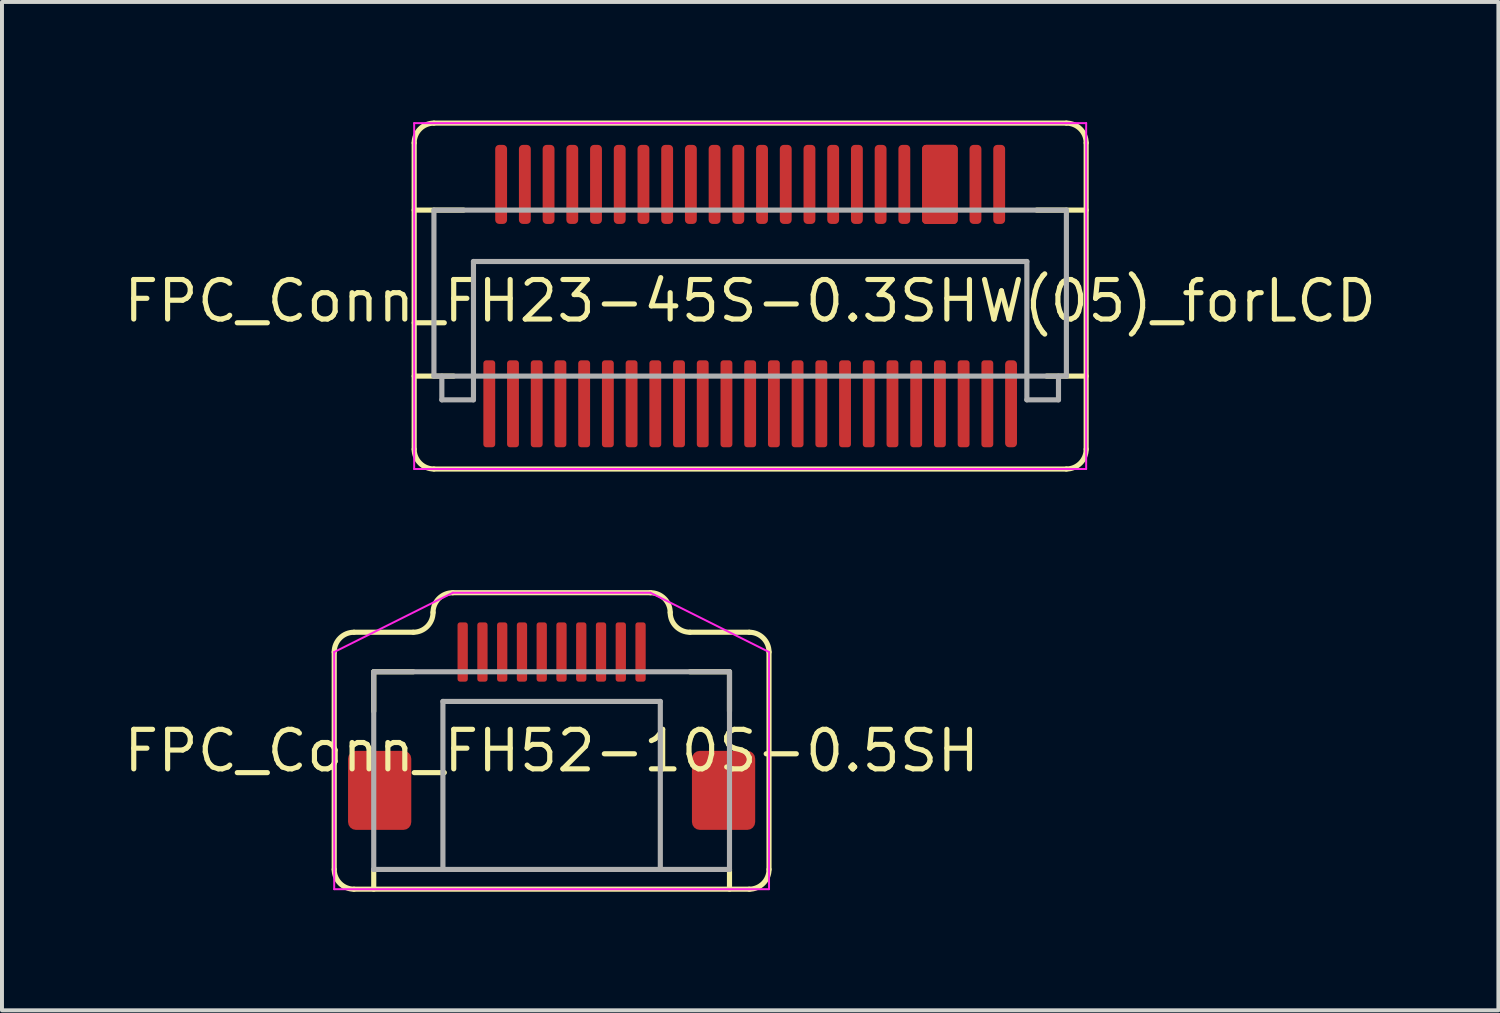
<source format=kicad_pcb>
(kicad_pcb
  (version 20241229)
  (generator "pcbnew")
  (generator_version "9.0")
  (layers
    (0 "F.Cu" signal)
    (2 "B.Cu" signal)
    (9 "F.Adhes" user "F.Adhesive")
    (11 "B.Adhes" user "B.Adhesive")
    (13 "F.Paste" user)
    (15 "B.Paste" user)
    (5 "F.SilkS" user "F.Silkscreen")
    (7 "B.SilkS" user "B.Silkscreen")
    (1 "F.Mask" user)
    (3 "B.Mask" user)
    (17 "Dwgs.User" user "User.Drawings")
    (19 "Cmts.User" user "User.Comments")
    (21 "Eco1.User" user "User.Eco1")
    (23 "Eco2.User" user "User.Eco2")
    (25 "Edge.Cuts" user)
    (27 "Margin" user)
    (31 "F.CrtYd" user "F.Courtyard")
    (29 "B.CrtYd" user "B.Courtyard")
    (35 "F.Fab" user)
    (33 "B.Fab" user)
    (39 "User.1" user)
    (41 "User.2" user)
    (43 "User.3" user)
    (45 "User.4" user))
  (footprint "FPC_Conn_FH52-10S-0.5SH"
    (layer "F.Cu")
    (at 10.905 15.945)
    (property "Reference" "FPC_Conn_FH52-10S-0.5SH" (at 0 0 0) (layer "F.SilkS") (effects (font (size 1 1) (thickness 0.13))))
    (attr smd)
    (fp_line (start -5.5 3) (end -5.5 -2.5) (stroke (width 0.13) (type solid)) (layer "F.SilkS"))
    (fp_line (start -5 -3) (end -3.5 -3) (stroke (width 0.13) (type solid)) (layer "F.SilkS"))
    (fp_line (start -4.5 -2) (end -3.5 -2) (stroke (width 0.13) (type solid)) (layer "F.SilkS"))
    (fp_line (start -4.5 -1) (end -4.5 -2) (stroke (width 0.13) (type solid)) (layer "F.SilkS"))
    (fp_line (start -4.5 3.5) (end -4.5 3) (stroke (width 0.13) (type solid)) (layer "F.SilkS"))
    (fp_line (start -2.5 -4) (end 2.5 -4) (stroke (width 0.13) (type solid)) (layer "F.SilkS"))
    (fp_line (start 3.5 -3) (end 5 -3) (stroke (width 0.13) (type solid)) (layer "F.SilkS"))
    (fp_line (start 3.5 -2) (end 4.5 -2) (stroke (width 0.13) (type solid)) (layer "F.SilkS"))
    (fp_line (start 4.5 -2) (end 4.5 -1) (stroke (width 0.13) (type solid)) (layer "F.SilkS"))
    (fp_line (start 4.5 3) (end 4.5 3.5) (stroke (width 0.13) (type solid)) (layer "F.SilkS"))
    (fp_line (start 5 3.5) (end -5 3.5) (stroke (width 0.13) (type solid)) (layer "F.SilkS"))
    (fp_line (start 5.5 -2.5) (end 5.5 3) (stroke (width 0.13) (type solid)) (layer "F.SilkS"))
    (fp_arc (start -5.5 -2.5) (mid -5.353553 -2.853553) (end -5 -3) (stroke (width 0.13) (type solid)) (layer "F.SilkS"))
    (fp_arc (start -5 3.5) (mid -5.353553 3.353553) (end -5.5 3) (stroke (width 0.13) (type solid)) (layer "F.SilkS"))
    (fp_arc (start -3 -3.5) (mid -3.146447 -3.146447) (end -3.5 -3) (stroke (width 0.13) (type solid)) (layer "F.SilkS"))
    (fp_arc (start -3 -3.5) (mid -2.853553 -3.853553) (end -2.5 -4) (stroke (width 0.13) (type solid)) (layer "F.SilkS"))
    (fp_arc (start 2.5 -4) (mid 2.853553 -3.853553) (end 3 -3.5) (stroke (width 0.13) (type solid)) (layer "F.SilkS"))
    (fp_arc (start 3.5 -3) (mid 3.146447 -3.146447) (end 3 -3.5) (stroke (width 0.13) (type solid)) (layer "F.SilkS"))
    (fp_arc (start 5 -3) (mid 5.353553 -2.853553) (end 5.5 -2.5) (stroke (width 0.13) (type solid)) (layer "F.SilkS"))
    (fp_arc (start 5.5 3) (mid 5.353553 3.353553) (end 5 3.5) (stroke (width 0.13) (type solid)) (layer "F.SilkS"))
    (fp_line (start -5.5 3.5) (end -5.5 -2.5) (stroke (width 0.05) (type solid)) (layer "F.CrtYd"))
    (fp_line (start -2.5 -4) (end -5.5 -2.5) (stroke (width 0.05) (type solid)) (layer "F.CrtYd"))
    (fp_line (start 2.5 -4) (end -2.5 -4) (stroke (width 0.05) (type solid)) (layer "F.CrtYd"))
    (fp_line (start 5.5 -2.5) (end 2.5 -4) (stroke (width 0.05) (type solid)) (layer "F.CrtYd"))
    (fp_line (start 5.5 -2.5) (end 5.5 3.5) (stroke (width 0.05) (type solid)) (layer "F.CrtYd"))
    (fp_line (start 5.5 3.5) (end -5.5 3.5) (stroke (width 0.05) (type solid)) (layer "F.CrtYd"))
    (fp_line (start -4.5 -2) (end -4.5 3) (stroke (width 0.13) (type solid)) (layer "F.Fab"))
    (fp_line (start -4.5 -2) (end 4.5 -2) (stroke (width 0.13) (type solid)) (layer "F.Fab"))
    (fp_line (start -4.5 3) (end 4.5 3) (stroke (width 0.13) (type solid)) (layer "F.Fab"))
    (fp_line (start -2.75 -1.25) (end -2.75 3) (stroke (width 0.13) (type solid)) (layer "F.Fab"))
    (fp_line (start 2.75 -1.25) (end -2.75 -1.25) (stroke (width 0.13) (type solid)) (layer "F.Fab"))
    (fp_line (start 2.75 -1.25) (end 2.75 3) (stroke (width 0.13) (type solid)) (layer "F.Fab"))
    (fp_line (start 4.5 3) (end 4.5 -2) (stroke (width 0.13) (type solid)) (layer "F.Fab"))
    (pad "1" smd roundrect (at 2.25 -2.5) (size 0.26 1.5) (layers "F.Cu" "F.Mask" "F.Paste") (roundrect_rratio 0.25))
    (pad "2" smd roundrect (at 1.75 -2.5) (size 0.26 1.5) (layers "F.Cu" "F.Mask" "F.Paste") (roundrect_rratio 0.25))
    (pad "3" smd roundrect (at 1.25 -2.5) (size 0.26 1.5) (layers "F.Cu" "F.Mask" "F.Paste") (roundrect_rratio 0.25))
    (pad "4" smd roundrect (at 0.75 -2.5) (size 0.26 1.5) (layers "F.Cu" "F.Mask" "F.Paste") (roundrect_rratio 0.25))
    (pad "5" smd roundrect (at 0.25 -2.5) (size 0.26 1.5) (layers "F.Cu" "F.Mask" "F.Paste") (roundrect_rratio 0.25))
    (pad "6" smd roundrect (at -0.25 -2.5) (size 0.26 1.5) (layers "F.Cu" "F.Mask" "F.Paste") (roundrect_rratio 0.25))
    (pad "7" smd roundrect (at -0.75 -2.5) (size 0.26 1.5) (layers "F.Cu" "F.Mask" "F.Paste") (roundrect_rratio 0.25))
    (pad "8" smd roundrect (at -1.25 -2.5) (size 0.26 1.5) (layers "F.Cu" "F.Mask" "F.Paste") (roundrect_rratio 0.25))
    (pad "9" smd roundrect (at -1.75 -2.5) (size 0.26 1.5) (layers "F.Cu" "F.Mask" "F.Paste") (roundrect_rratio 0.25))
    (pad "10" smd roundrect (at -2.25 -2.5) (size 0.26 1.5) (layers "F.Cu" "F.Mask" "F.Paste") (roundrect_rratio 0.25))
    (pad "SH" smd roundrect (at -4.35 1) (size 1.6 2) (layers "F.Cu" "F.Mask" "F.Paste") (roundrect_rratio 0.125))
    (pad "SH" smd roundrect (at 4.35 1) (size 1.6 2) (layers "F.Cu" "F.Mask" "F.Paste") (roundrect_rratio 0.125)))
  (footprint "FPC_Conn_FH23-45S-0.3SHW(05)_forLCD"
    (layer "F.Cu")
    (at 15.928 6.065)
    (property "Reference" "FPC_Conn_FH23-45S-0.3SHW(05)_forLCD" (at 0 -1.5 0) (layer "F.SilkS") (effects (font (size 1 1) (thickness 0.13))))
    (attr smd)
    (fp_line (start -8.5 2.25) (end -8.5 -5.5) (stroke (width 0.13) (type solid)) (layer "F.SilkS"))
    (fp_line (start -8 -6) (end 8 -6) (stroke (width 0.13) (type solid)) (layer "F.SilkS"))
    (fp_line (start -7.5 0.4) (end -8.5 0.4) (stroke (width 0.13) (type solid)) (layer "F.SilkS"))
    (fp_line (start -7.25 -3.8) (end -8.5 -3.8) (stroke (width 0.13) (type solid)) (layer "F.SilkS"))
    (fp_line (start 7.25 -3.8) (end 8.5 -3.8) (stroke (width 0.13) (type solid)) (layer "F.SilkS"))
    (fp_line (start 7.5 0.4) (end 8.5 0.4) (stroke (width 0.13) (type solid)) (layer "F.SilkS"))
    (fp_line (start 8 2.75) (end -8 2.75) (stroke (width 0.13) (type solid)) (layer "F.SilkS"))
    (fp_line (start 8.5 -5.5) (end 8.5 2.25) (stroke (width 0.13) (type solid)) (layer "F.SilkS"))
    (fp_arc (start -8.5 -5.5) (mid -8.353553 -5.853553) (end -8 -6) (stroke (width 0.13) (type solid)) (layer "F.SilkS"))
    (fp_arc (start -8 2.75) (mid -8.353553 2.603553) (end -8.5 2.25) (stroke (width 0.13) (type solid)) (layer "F.SilkS"))
    (fp_arc (start 8 -6) (mid 8.353553 -5.853553) (end 8.5 -5.5) (stroke (width 0.13) (type solid)) (layer "F.SilkS"))
    (fp_arc (start 8.5 2.25) (mid 8.353553 2.603553) (end 8 2.75) (stroke (width 0.13) (type solid)) (layer "F.SilkS"))
    (fp_line (start -8.5 -6) (end 8.5 -6) (stroke (width 0.05) (type solid)) (layer "F.CrtYd"))
    (fp_line (start -8.5 2.75) (end -8.5 -6) (stroke (width 0.05) (type solid)) (layer "F.CrtYd"))
    (fp_line (start 8.5 -6) (end 8.5 2.75) (stroke (width 0.05) (type solid)) (layer "F.CrtYd"))
    (fp_line (start 8.5 2.75) (end -8.5 2.75) (stroke (width 0.05) (type solid)) (layer "F.CrtYd"))
    (fp_line (start -8 -3.8) (end 8 -3.8) (stroke (width 0.13) (type solid)) (layer "F.Fab"))
    (fp_line (start -8 0.4) (end -8 -3.8) (stroke (width 0.13) (type solid)) (layer "F.Fab"))
    (fp_line (start -8 0.4) (end 8 0.4) (stroke (width 0.13) (type solid)) (layer "F.Fab"))
    (fp_line (start -7.8 1) (end -7.8 0.4) (stroke (width 0.13) (type solid)) (layer "F.Fab"))
    (fp_line (start -7 -2.5) (end -7 0.4) (stroke (width 0.13) (type solid)) (layer "F.Fab"))
    (fp_line (start -7 0.4) (end -7 1) (stroke (width 0.13) (type solid)) (layer "F.Fab"))
    (fp_line (start -7 1) (end -7.8 1) (stroke (width 0.13) (type solid)) (layer "F.Fab"))
    (fp_line (start 7 -2.5) (end -7 -2.5) (stroke (width 0.13) (type solid)) (layer "F.Fab"))
    (fp_line (start 7 -2.5) (end 7 0.4) (stroke (width 0.13) (type solid)) (layer "F.Fab"))
    (fp_line (start 7 1) (end 7 0.4) (stroke (width 0.13) (type solid)) (layer "F.Fab"))
    (fp_line (start 7.8 0.4) (end 7.8 1) (stroke (width 0.13) (type solid)) (layer "F.Fab"))
    (fp_line (start 7.8 1) (end 7 1) (stroke (width 0.13) (type solid)) (layer "F.Fab"))
    (fp_line (start 8 0.4) (end 8 -3.8) (stroke (width 0.13) (type solid)) (layer "F.Fab"))
    (pad "1" smd roundrect (at -6.6 1.1) (size 0.3 2.2) (layers "F.Cu" "F.Mask" "F.Paste") (roundrect_rratio 0.25))
    (pad "2" smd roundrect (at -6.3 -4.45) (size 0.3 2) (layers "F.Cu" "F.Mask" "F.Paste") (roundrect_rratio 0.333))
    (pad "3" smd roundrect (at -6 1.1) (size 0.3 2.2) (layers "F.Cu" "F.Mask" "F.Paste") (roundrect_rratio 0.25))
    (pad "4" smd roundrect (at -5.7 -4.45) (size 0.3 2) (layers "F.Cu" "F.Mask" "F.Paste") (roundrect_rratio 0.333))
    (pad "5" smd roundrect (at -5.4 1.1) (size 0.3 2.2) (layers "F.Cu" "F.Mask" "F.Paste") (roundrect_rratio 0.25))
    (pad "6" smd roundrect (at -5.1 -4.45) (size 0.3 2) (layers "F.Cu" "F.Mask" "F.Paste") (roundrect_rratio 0.333))
    (pad "7" smd roundrect (at -4.8 1.1) (size 0.3 2.2) (layers "F.Cu" "F.Mask" "F.Paste") (roundrect_rratio 0.25))
    (pad "8" smd roundrect (at -4.5 -4.45) (size 0.3 2) (layers "F.Cu" "F.Mask" "F.Paste") (roundrect_rratio 0.333))
    (pad "9" smd roundrect (at -4.2 1.1) (size 0.3 2.2) (layers "F.Cu" "F.Mask" "F.Paste") (roundrect_rratio 0.25))
    (pad "10" smd roundrect (at -3.9 -4.45) (size 0.3 2) (layers "F.Cu" "F.Mask" "F.Paste") (roundrect_rratio 0.333))
    (pad "11" smd roundrect (at -3.6 1.1) (size 0.3 2.2) (layers "F.Cu" "F.Mask" "F.Paste") (roundrect_rratio 0.25))
    (pad "12" smd roundrect (at -3.3 -4.45) (size 0.3 2) (layers "F.Cu" "F.Mask" "F.Paste") (roundrect_rratio 0.333))
    (pad "13" smd roundrect (at -3 1.1) (size 0.3 2.2) (layers "F.Cu" "F.Mask" "F.Paste") (roundrect_rratio 0.25))
    (pad "14" smd roundrect (at -2.7 -4.45) (size 0.3 2) (layers "F.Cu" "F.Mask" "F.Paste") (roundrect_rratio 0.333))
    (pad "15" smd roundrect (at -2.4 1.1) (size 0.3 2.2) (layers "F.Cu" "F.Mask" "F.Paste") (roundrect_rratio 0.25))
    (pad "16" smd roundrect (at -2.1 -4.45) (size 0.3 2) (layers "F.Cu" "F.Mask" "F.Paste") (roundrect_rratio 0.333))
    (pad "17" smd roundrect (at -1.8 1.1) (size 0.3 2.2) (layers "F.Cu" "F.Mask" "F.Paste") (roundrect_rratio 0.25))
    (pad "18" smd roundrect (at -1.5 -4.45) (size 0.3 2) (layers "F.Cu" "F.Mask" "F.Paste") (roundrect_rratio 0.333))
    (pad "19" smd roundrect (at -1.2 1.1) (size 0.3 2.2) (layers "F.Cu" "F.Mask" "F.Paste") (roundrect_rratio 0.25))
    (pad "20" smd roundrect (at -0.9 -4.45) (size 0.3 2) (layers "F.Cu" "F.Mask" "F.Paste") (roundrect_rratio 0.333))
    (pad "21" smd roundrect (at -0.6 1.1) (size 0.3 2.2) (layers "F.Cu" "F.Mask" "F.Paste") (roundrect_rratio 0.25))
    (pad "22" smd roundrect (at -0.3 -4.45) (size 0.3 2) (layers "F.Cu" "F.Mask" "F.Paste") (roundrect_rratio 0.333))
    (pad "23" smd roundrect (at 0 1.1) (size 0.3 2.2) (layers "F.Cu" "F.Mask" "F.Paste") (roundrect_rratio 0.25))
    (pad "24" smd roundrect (at 0.3 -4.45) (size 0.3 2) (layers "F.Cu" "F.Mask" "F.Paste") (roundrect_rratio 0.333))
    (pad "25" smd roundrect (at 0.6 1.1) (size 0.3 2.2) (layers "F.Cu" "F.Mask" "F.Paste") (roundrect_rratio 0.25))
    (pad "26" smd roundrect (at 0.9 -4.45) (size 0.3 2) (layers "F.Cu" "F.Mask" "F.Paste") (roundrect_rratio 0.333))
    (pad "27" smd roundrect (at 1.2 1.1) (size 0.3 2.2) (layers "F.Cu" "F.Mask" "F.Paste") (roundrect_rratio 0.25))
    (pad "28" smd roundrect (at 1.5 -4.45) (size 0.3 2) (layers "F.Cu" "F.Mask" "F.Paste") (roundrect_rratio 0.333))
    (pad "29" smd roundrect (at 1.8 1.1) (size 0.3 2.2) (layers "F.Cu" "F.Mask" "F.Paste") (roundrect_rratio 0.25))
    (pad "30" smd roundrect (at 2.1 -4.45) (size 0.3 2) (layers "F.Cu" "F.Mask" "F.Paste") (roundrect_rratio 0.333))
    (pad "31" smd roundrect (at 2.4 1.1) (size 0.3 2.2) (layers "F.Cu" "F.Mask" "F.Paste") (roundrect_rratio 0.25))
    (pad "32" smd roundrect (at 2.7 -4.45) (size 0.3 2) (layers "F.Cu" "F.Mask" "F.Paste") (roundrect_rratio 0.333))
    (pad "33" smd roundrect (at 3 1.1) (size 0.3 2.2) (layers "F.Cu" "F.Mask" "F.Paste") (roundrect_rratio 0.25))
    (pad "34" smd roundrect (at 3.3 -4.45) (size 0.3 2) (layers "F.Cu" "F.Mask" "F.Paste") (roundrect_rratio 0.333))
    (pad "35" smd roundrect (at 3.6 1.1) (size 0.3 2.2) (layers "F.Cu" "F.Mask" "F.Paste") (roundrect_rratio 0.25))
    (pad "36" smd roundrect (at 3.9 -4.45) (size 0.3 2) (layers "F.Cu" "F.Mask" "F.Paste") (roundrect_rratio 0.333))
    (pad "37" smd roundrect (at 4.2 1.1) (size 0.3 2.2) (layers "F.Cu" "F.Mask" "F.Paste") (roundrect_rratio 0.25))
    (pad "38" smd roundrect (at 4.8 -4.45) (size 0.9 2) (layers "F.Cu" "F.Mask" "F.Paste") (roundrect_rratio 0.11))
    (pad "39" smd roundrect (at 4.8 1.1) (size 0.3 2.2) (layers "F.Cu" "F.Mask" "F.Paste") (roundrect_rratio 0.25))
    (pad "40" smd roundrect (at 4.8 -4.45) (size 0.9 2) (layers "F.Cu" "F.Mask" "F.Paste") (roundrect_rratio 0.11))
    (pad "41" smd roundrect (at 5.4 1.1) (size 0.3 2.2) (layers "F.Cu" "F.Mask" "F.Paste") (roundrect_rratio 0.25))
    (pad "42" smd roundrect (at 5.7 -4.45) (size 0.3 2) (layers "F.Cu" "F.Mask" "F.Paste") (roundrect_rratio 0.333))
    (pad "43" smd roundrect (at 6 1.1) (size 0.3 2.2) (layers "F.Cu" "F.Mask" "F.Paste") (roundrect_rratio 0.25))
    (pad "44" smd roundrect (at 6.3 -4.45) (size 0.3 2) (layers "F.Cu" "F.Mask" "F.Paste") (roundrect_rratio 0.333))
    (pad "45" smd roundrect (at 6.6 1.1) (size 0.3 2.2) (layers "F.Cu" "F.Mask" "F.Paste") (roundrect_rratio 0.333)))
  (gr_rect
    (start -3 -3)
    (end 34.857 22.51)
    (stroke (width 0.1) (type default))
    (fill no)
    (layer "Edge.Cuts")))
</source>
